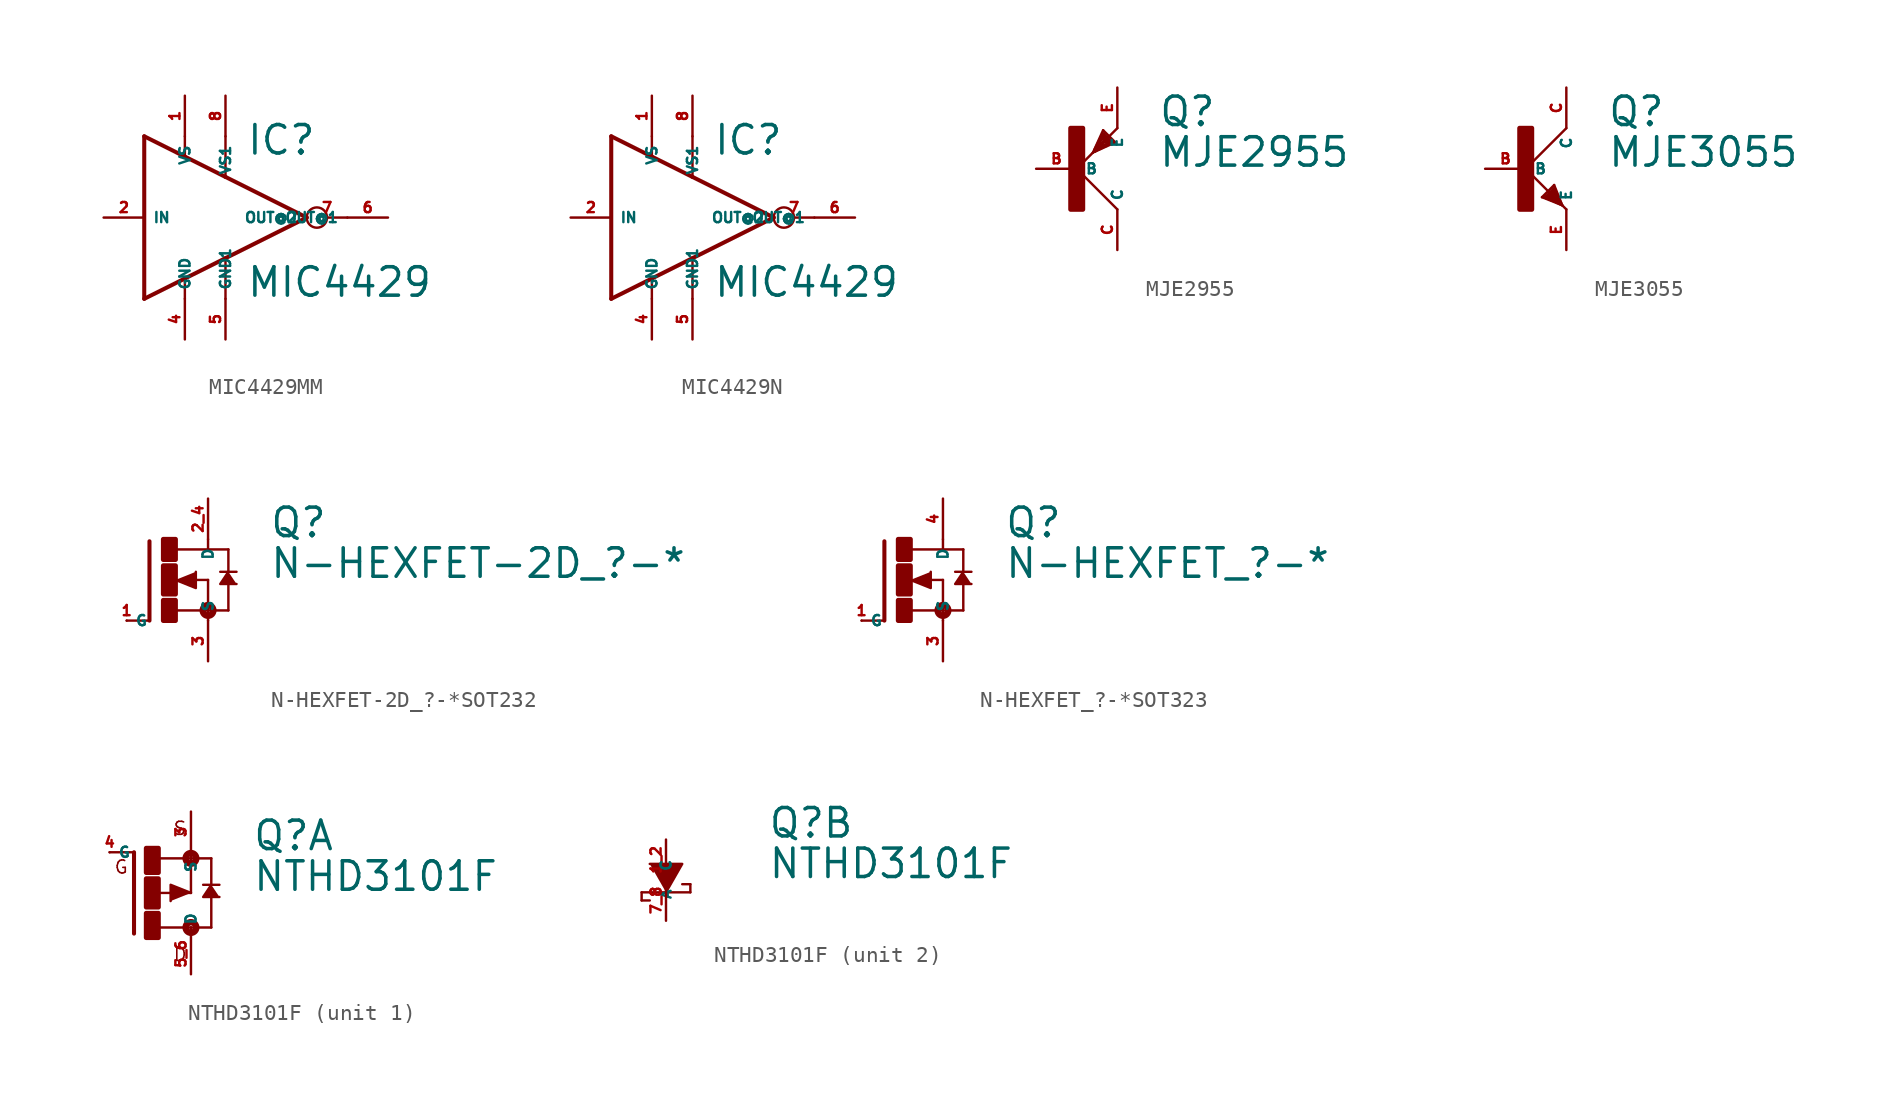
<source format=kicad_sym>
(kicad_symbol_lib
  (version 20220914)
  (generator Eagle2Kicad)
  (symbol "MIC4429MM"
    (property "Reference" "IC"
      (at 1.27 3.81 0)
      (effects (font (size 1.778 1.778) (thickness 0.22)) (justify left bottom)))
    (property "Value" "MIC4429"
      (at 1.27 -5.08 0)
      (effects (font (size 1.778 1.778) (thickness 0.22)) (justify left bottom)))
    (polyline
      (pts (xy -5.08 5.08) (xy -2.54 3.81))
      (stroke (width 0.254) (type default))
      (fill (type none)))
    (polyline
      (pts (xy -2.54 3.81) (xy 0 2.54))
      (stroke (width 0.254) (type default))
      (fill (type none)))
    (polyline
      (pts (xy 0 2.54) (xy 5.08 0))
      (stroke (width 0.254) (type default))
      (fill (type none)))
    (polyline
      (pts (xy 5.08 0) (xy 0 -2.54))
      (stroke (width 0.254) (type default))
      (fill (type none)))
    (polyline
      (pts (xy 0 -2.54) (xy -2.54 -3.81))
      (stroke (width 0.254) (type default))
      (fill (type none)))
    (polyline
      (pts (xy -2.54 -3.81) (xy -5.08 -5.08))
      (stroke (width 0.254) (type default))
      (fill (type none)))
    (polyline
      (pts (xy -5.08 -5.08) (xy -5.08 5.08))
      (stroke (width 0.254) (type default))
      (fill (type none)))
    (polyline
      (pts (xy -2.54 5.08) (xy -2.54 3.81))
      (stroke (width 0.152) (type default))
      (fill (type none)))
    (polyline
      (pts (xy 0 5.08) (xy 0 2.54))
      (stroke (width 0.152) (type default))
      (fill (type none)))
    (polyline
      (pts (xy -2.54 -5.08) (xy -2.54 -3.81))
      (stroke (width 0.152) (type default))
      (fill (type none)))
    (polyline
      (pts (xy 0 -5.08) (xy 0 -2.54))
      (stroke (width 0.152) (type default))
      (fill (type none)))
    (pin input line
      (at -7.62 0 0)
      (length 2.54)
      (name "IN" (effects (font (size 0.635 0.635) (thickness 0.08)) (justify left bottom)))
      (number "2" (effects (font (size 0.635 0.635) (thickness 0.08)) (justify left bottom))))
    (pin unspecified line
      (at -2.54 7.62 270)
      (length 2.54)
      (name "VS" (effects (font (size 0.635 0.635) (thickness 0.08)) (justify left bottom)))
      (number "1" (effects (font (size 0.635 0.635) (thickness 0.08)) (justify left bottom))))
    (pin unspecified line
      (at -2.54 -7.62 90)
      (length 2.54)
      (name "GND" (effects (font (size 0.635 0.635) (thickness 0.08)) (justify left bottom)))
      (number "4" (effects (font (size 0.635 0.635) (thickness 0.08)) (justify left bottom))))
    (pin passive inverted
      (at 7.62 0 180)
      (length 2.54)
      (name "OUT@2" (effects (font (size 0.635 0.635) (thickness 0.08)) (justify left bottom)))
      (number "7" (effects (font (size 0.635 0.635) (thickness 0.08)) (justify left bottom))))
    (pin unspecified line
      (at 0 -7.62 90)
      (length 2.54)
      (name "GND1" (effects (font (size 0.635 0.635) (thickness 0.08)) (justify left bottom)))
      (number "5" (effects (font (size 0.635 0.635) (thickness 0.08)) (justify left bottom))))
    (pin unspecified line
      (at 0 7.62 270)
      (length 2.54)
      (name "VS1" (effects (font (size 0.635 0.635) (thickness 0.08)) (justify left bottom)))
      (number "8" (effects (font (size 0.635 0.635) (thickness 0.08)) (justify left bottom))))
    (pin passive line
      (at 10.16 0 180)
      (length 2.54)
      (name "OUT@1" (effects (font (size 0.635 0.635) (thickness 0.08)) (justify left bottom)))
      (number "6" (effects (font (size 0.635 0.635) (thickness 0.08)) (justify left bottom)))))
  (symbol "MIC4429N"
    (property "Reference" "IC"
      (at 1.27 3.81 0)
      (effects (font (size 1.778 1.778) (thickness 0.22)) (justify left bottom)))
    (property "Value" "MIC4429"
      (at 1.27 -5.08 0)
      (effects (font (size 1.778 1.778) (thickness 0.22)) (justify left bottom)))
    (polyline
      (pts (xy -5.08 5.08) (xy -2.54 3.81))
      (stroke (width 0.254) (type default))
      (fill (type none)))
    (polyline
      (pts (xy -2.54 3.81) (xy 0 2.54))
      (stroke (width 0.254) (type default))
      (fill (type none)))
    (polyline
      (pts (xy 0 2.54) (xy 5.08 0))
      (stroke (width 0.254) (type default))
      (fill (type none)))
    (polyline
      (pts (xy 5.08 0) (xy 0 -2.54))
      (stroke (width 0.254) (type default))
      (fill (type none)))
    (polyline
      (pts (xy 0 -2.54) (xy -2.54 -3.81))
      (stroke (width 0.254) (type default))
      (fill (type none)))
    (polyline
      (pts (xy -2.54 -3.81) (xy -5.08 -5.08))
      (stroke (width 0.254) (type default))
      (fill (type none)))
    (polyline
      (pts (xy -5.08 -5.08) (xy -5.08 5.08))
      (stroke (width 0.254) (type default))
      (fill (type none)))
    (polyline
      (pts (xy -2.54 5.08) (xy -2.54 3.81))
      (stroke (width 0.152) (type default))
      (fill (type none)))
    (polyline
      (pts (xy 0 5.08) (xy 0 2.54))
      (stroke (width 0.152) (type default))
      (fill (type none)))
    (polyline
      (pts (xy -2.54 -5.08) (xy -2.54 -3.81))
      (stroke (width 0.152) (type default))
      (fill (type none)))
    (polyline
      (pts (xy 0 -5.08) (xy 0 -2.54))
      (stroke (width 0.152) (type default))
      (fill (type none)))
    (pin input line
      (at -7.62 0 0)
      (length 2.54)
      (name "IN" (effects (font (size 0.635 0.635) (thickness 0.08)) (justify left bottom)))
      (number "2" (effects (font (size 0.635 0.635) (thickness 0.08)) (justify left bottom))))
    (pin unspecified line
      (at -2.54 7.62 270)
      (length 2.54)
      (name "VS" (effects (font (size 0.635 0.635) (thickness 0.08)) (justify left bottom)))
      (number "1" (effects (font (size 0.635 0.635) (thickness 0.08)) (justify left bottom))))
    (pin unspecified line
      (at -2.54 -7.62 90)
      (length 2.54)
      (name "GND" (effects (font (size 0.635 0.635) (thickness 0.08)) (justify left bottom)))
      (number "4" (effects (font (size 0.635 0.635) (thickness 0.08)) (justify left bottom))))
    (pin passive inverted
      (at 7.62 0 180)
      (length 2.54)
      (name "OUT@2" (effects (font (size 0.635 0.635) (thickness 0.08)) (justify left bottom)))
      (number "7" (effects (font (size 0.635 0.635) (thickness 0.08)) (justify left bottom))))
    (pin unspecified line
      (at 0 -7.62 90)
      (length 2.54)
      (name "GND1" (effects (font (size 0.635 0.635) (thickness 0.08)) (justify left bottom)))
      (number "5" (effects (font (size 0.635 0.635) (thickness 0.08)) (justify left bottom))))
    (pin unspecified line
      (at 0 7.62 270)
      (length 2.54)
      (name "VS1" (effects (font (size 0.635 0.635) (thickness 0.08)) (justify left bottom)))
      (number "8" (effects (font (size 0.635 0.635) (thickness 0.08)) (justify left bottom))))
    (pin passive line
      (at 10.16 0 180)
      (length 2.54)
      (name "OUT@1" (effects (font (size 0.635 0.635) (thickness 0.08)) (justify left bottom)))
      (number "6" (effects (font (size 0.635 0.635) (thickness 0.08)) (justify left bottom)))))
  (symbol "MJE2955"
    (property "Reference" "Q"
      (at 5.08 2.54 0)
      (effects (font (size 1.778 1.778) (thickness 0.22)) (justify left bottom)))
    (property "Value" "MJE2955"
      (at 5.08 0 0)
      (effects (font (size 1.778 1.778) (thickness 0.22)) (justify left bottom)))
    (polyline
      (pts (xy 2.54 -2.54) (xy 0 0))
      (stroke (width 0.152) (type default))
      (fill (type none)))
    (polyline
      (pts (xy 0 0) (xy 1.016 1.016))
      (stroke (width 0.152) (type default))
      (fill (type none)))
    (polyline
      (pts (xy 2.413 1.651) (xy 1.016 1.016))
      (stroke (width 0.152) (type default))
      (fill (type none)))
    (polyline
      (pts (xy 1.016 1.016) (xy 1.143 1.143))
      (stroke (width 0.152) (type default))
      (fill (type none)))
    (polyline
      (pts (xy 1.905 1.905) (xy 2.54 2.54))
      (stroke (width 0.152) (type default))
      (fill (type none)))
    (polyline
      (pts (xy 1.016 1.016) (xy 1.651 2.413))
      (stroke (width 0.152) (type default))
      (fill (type none)))
    (polyline
      (pts (xy 1.651 2.413) (xy 2.413 1.651))
      (stroke (width 0.152) (type default))
      (fill (type none)))
    (polyline
      (pts (xy 1.143 1.143) (xy 2.159 1.651))
      (stroke (width 0.254) (type default))
      (fill (type none)))
    (polyline
      (pts (xy 2.159 1.651) (xy 1.905 1.905))
      (stroke (width 0.254) (type default))
      (fill (type none)))
    (polyline
      (pts (xy 1.905 1.905) (xy 1.651 2.159))
      (stroke (width 0.254) (type default))
      (fill (type none)))
    (polyline
      (pts (xy 1.651 2.159) (xy 1.143 1.143))
      (stroke (width 0.254) (type default))
      (fill (type none)))
    (polyline
      (pts (xy 1.143 1.143) (xy 1.905 1.905))
      (stroke (width 0.254) (type default))
      (fill (type none)))
    (polyline
      (pts (xy 1.651 1.905) (xy 1.905 1.651))
      (stroke (width 0.254) (type default))
      (fill (type none)))
    (rectangle
      (start -0.381 -2.54)
      (end 0.381 2.54)
      (stroke (width 0.3) (type default))
      (fill (type outline)))
    (pin passive line
      (at -2.54 0 0)
      (length 2.54)
      (name "B" (effects (font (size 0.635 0.635) (thickness 0.08)) (justify left bottom)))
      (number "B" (effects (font (size 0.635 0.635) (thickness 0.08)) (justify left bottom))))
    (pin passive line
      (at 2.54 5.08 270)
      (length 2.54)
      (name "E" (effects (font (size 0.635 0.635) (thickness 0.08)) (justify left bottom)))
      (number "E" (effects (font (size 0.635 0.635) (thickness 0.08)) (justify left bottom))))
    (pin passive line
      (at 2.54 -5.08 90)
      (length 2.54)
      (name "C" (effects (font (size 0.635 0.635) (thickness 0.08)) (justify left bottom)))
      (number "C" (effects (font (size 0.635 0.635) (thickness 0.08)) (justify left bottom)))))
  (symbol "MJE3055"
    (property "Reference" "Q"
      (at 5.08 2.54 0)
      (effects (font (size 1.778 1.778) (thickness 0.22)) (justify left bottom)))
    (property "Value" "MJE3055"
      (at 5.08 0 0)
      (effects (font (size 1.778 1.778) (thickness 0.22)) (justify left bottom)))
    (polyline
      (pts (xy 2.54 2.54) (xy 0 0))
      (stroke (width 0.152) (type default))
      (fill (type none)))
    (polyline
      (pts (xy 0 0) (xy 1.651 -1.651))
      (stroke (width 0.152) (type default))
      (fill (type none)))
    (polyline
      (pts (xy 2.159 -2.159) (xy 2.286 -2.286))
      (stroke (width 0.152) (type default))
      (fill (type none)))
    (polyline
      (pts (xy 1.778 -1.016) (xy 2.286 -2.286))
      (stroke (width 0.152) (type default))
      (fill (type none)))
    (polyline
      (pts (xy 2.286 -2.286) (xy 2.54 -2.54))
      (stroke (width 0.152) (type default))
      (fill (type none)))
    (polyline
      (pts (xy 2.286 -2.286) (xy 1.016 -1.778))
      (stroke (width 0.152) (type default))
      (fill (type none)))
    (polyline
      (pts (xy 1.016 -1.778) (xy 1.778 -1.016))
      (stroke (width 0.152) (type default))
      (fill (type none)))
    (polyline
      (pts (xy 2.159 -2.159) (xy 1.778 -1.27))
      (stroke (width 0.254) (type default))
      (fill (type none)))
    (polyline
      (pts (xy 1.778 -1.27) (xy 1.27 -1.778))
      (stroke (width 0.254) (type default))
      (fill (type none)))
    (polyline
      (pts (xy 1.27 -1.778) (xy 2.159 -2.159))
      (stroke (width 0.254) (type default))
      (fill (type none)))
    (polyline
      (pts (xy 2.159 -2.159) (xy 1.651 -1.651))
      (stroke (width 0.254) (type default))
      (fill (type none)))
    (polyline
      (pts (xy 1.524 -1.778) (xy 1.778 -1.524))
      (stroke (width 0.254) (type default))
      (fill (type none)))
    (rectangle
      (start -0.381 -2.54)
      (end 0.381 2.54)
      (stroke (width 0.3) (type default))
      (fill (type outline)))
    (pin passive line
      (at -2.54 0 0)
      (length 2.54)
      (name "B" (effects (font (size 0.635 0.635) (thickness 0.08)) (justify left bottom)))
      (number "B" (effects (font (size 0.635 0.635) (thickness 0.08)) (justify left bottom))))
    (pin passive line
      (at 2.54 -5.08 90)
      (length 2.54)
      (name "E" (effects (font (size 0.635 0.635) (thickness 0.08)) (justify left bottom)))
      (number "E" (effects (font (size 0.635 0.635) (thickness 0.08)) (justify left bottom))))
    (pin passive line
      (at 2.54 5.08 270)
      (length 2.54)
      (name "C" (effects (font (size 0.635 0.635) (thickness 0.08)) (justify left bottom)))
      (number "C" (effects (font (size 0.635 0.635) (thickness 0.08)) (justify left bottom)))))
  (symbol "N-HEXFET-2D_?-*SOT232"
    (property "Reference" "Q"
      (at 6.35 2.54 0)
      (effects (font (size 1.778 1.778) (thickness 0.22)) (justify left bottom)))
    (property "Value" "N-HEXFET-2D_?-*"
      (at 6.35 0 0)
      (effects (font (size 1.778 1.778) (thickness 0.22)) (justify left bottom)))
    (polyline
      (pts (xy 0.508 0) (xy 1.778 -0.508) (xy 1.778 0.508))
      (stroke (width 0.152) (type default))
      (fill (type outline)))
    (polyline
      (pts (xy 3.81 0.508) (xy 3.302 -0.254) (xy 4.318 -0.254))
      (stroke (width 0.152) (type default))
      (fill (type outline)))
    (polyline
      (pts (xy -1.118 2.413) (xy -1.118 -2.54))
      (stroke (width 0.254) (type default))
      (fill (type none)))
    (polyline
      (pts (xy -1.118 -2.54) (xy -2.54 -2.54))
      (stroke (width 0.152) (type default))
      (fill (type none)))
    (polyline
      (pts (xy 2.54 2.54) (xy 2.54 1.905))
      (stroke (width 0.152) (type default))
      (fill (type none)))
    (polyline
      (pts (xy 2.54 0) (xy 2.54 -1.905))
      (stroke (width 0.152) (type default))
      (fill (type none)))
    (polyline
      (pts (xy 0.508 -1.905) (xy 2.54 -1.905))
      (stroke (width 0.152) (type default))
      (fill (type none)))
    (polyline
      (pts (xy 2.54 -1.905) (xy 2.54 -2.54))
      (stroke (width 0.152) (type default))
      (fill (type none)))
    (polyline
      (pts (xy 1.651 0) (xy 2.54 0))
      (stroke (width 0.152) (type default))
      (fill (type none)))
    (polyline
      (pts (xy 3.302 0.508) (xy 3.81 0.508))
      (stroke (width 0.152) (type default))
      (fill (type none)))
    (polyline
      (pts (xy 3.81 0.508) (xy 4.318 0.508))
      (stroke (width 0.152) (type default))
      (fill (type none)))
    (polyline
      (pts (xy 3.81 1.905) (xy 2.54 1.905))
      (stroke (width 0.152) (type default))
      (fill (type none)))
    (polyline
      (pts (xy 2.54 1.905) (xy 0.533 1.905))
      (stroke (width 0.152) (type default))
      (fill (type none)))
    (polyline
      (pts (xy 3.81 0.508) (xy 3.81 1.905))
      (stroke (width 0.152) (type default))
      (fill (type none)))
    (polyline
      (pts (xy 3.81 -1.905) (xy 3.81 -0.127))
      (stroke (width 0.152) (type default))
      (fill (type none)))
    (polyline
      (pts (xy 3.81 -1.905) (xy 2.54 -1.905))
      (stroke (width 0.152) (type default))
      (fill (type none)))
    (circle
      (center 2.54 -1.905)
      (radius 0.127)
      (stroke (width 0.406) (type default))
      (fill (type none)))
    (rectangle
      (start -0.254 -2.54)
      (end 0.508 -1.27)
      (stroke (width 0.3) (type default))
      (fill (type outline)))
    (rectangle
      (start -0.254 1.27)
      (end 0.508 2.54)
      (stroke (width 0.3) (type default))
      (fill (type outline)))
    (rectangle
      (start -0.254 -0.889)
      (end 0.508 0.889)
      (stroke (width 0.3) (type default))
      (fill (type outline)))
    (pin passive line
      (at -2.54 -2.54 0)
      (length 0)
      (name "G" (effects (font (size 0.635 0.635) (thickness 0.08)) (justify left bottom)))
      (number "1" (effects (font (size 0.635 0.635) (thickness 0.08)) (justify left bottom))))
    (pin passive line
      (at 2.54 5.08 270)
      (length 2.54)
      (name "D" (effects (font (size 0.635 0.635) (thickness 0.08)) (justify left bottom)))
      (number "2 4" (effects (font (size 0.635 0.635) (thickness 0.08)) (justify left bottom))))
    (pin passive line
      (at 2.54 -5.08 90)
      (length 2.54)
      (name "S" (effects (font (size 0.635 0.635) (thickness 0.08)) (justify left bottom)))
      (number "3" (effects (font (size 0.635 0.635) (thickness 0.08)) (justify left bottom)))))
  (symbol "N-HEXFET_?-*SOT323"
    (property "Reference" "Q"
      (at 6.35 2.54 0)
      (effects (font (size 1.778 1.778) (thickness 0.22)) (justify left bottom)))
    (property "Value" "N-HEXFET_?-*"
      (at 6.35 0 0)
      (effects (font (size 1.778 1.778) (thickness 0.22)) (justify left bottom)))
    (polyline
      (pts (xy 0.508 0) (xy 1.778 -0.508) (xy 1.778 0.508))
      (stroke (width 0.152) (type default))
      (fill (type outline)))
    (polyline
      (pts (xy 3.81 0.508) (xy 3.302 -0.254) (xy 4.318 -0.254))
      (stroke (width 0.152) (type default))
      (fill (type outline)))
    (polyline
      (pts (xy -1.118 2.413) (xy -1.118 -2.54))
      (stroke (width 0.254) (type default))
      (fill (type none)))
    (polyline
      (pts (xy -1.118 -2.54) (xy -2.54 -2.54))
      (stroke (width 0.152) (type default))
      (fill (type none)))
    (polyline
      (pts (xy 2.54 2.54) (xy 2.54 1.905))
      (stroke (width 0.152) (type default))
      (fill (type none)))
    (polyline
      (pts (xy 2.54 0) (xy 2.54 -1.905))
      (stroke (width 0.152) (type default))
      (fill (type none)))
    (polyline
      (pts (xy 0.508 -1.905) (xy 2.54 -1.905))
      (stroke (width 0.152) (type default))
      (fill (type none)))
    (polyline
      (pts (xy 2.54 -1.905) (xy 2.54 -2.54))
      (stroke (width 0.152) (type default))
      (fill (type none)))
    (polyline
      (pts (xy 1.651 0) (xy 2.54 0))
      (stroke (width 0.152) (type default))
      (fill (type none)))
    (polyline
      (pts (xy 3.302 0.508) (xy 3.81 0.508))
      (stroke (width 0.152) (type default))
      (fill (type none)))
    (polyline
      (pts (xy 3.81 0.508) (xy 4.318 0.508))
      (stroke (width 0.152) (type default))
      (fill (type none)))
    (polyline
      (pts (xy 3.81 1.905) (xy 2.54 1.905))
      (stroke (width 0.152) (type default))
      (fill (type none)))
    (polyline
      (pts (xy 2.54 1.905) (xy 0.533 1.905))
      (stroke (width 0.152) (type default))
      (fill (type none)))
    (polyline
      (pts (xy 3.81 0.508) (xy 3.81 1.905))
      (stroke (width 0.152) (type default))
      (fill (type none)))
    (polyline
      (pts (xy 3.81 -1.905) (xy 3.81 -0.127))
      (stroke (width 0.152) (type default))
      (fill (type none)))
    (polyline
      (pts (xy 3.81 -1.905) (xy 2.54 -1.905))
      (stroke (width 0.152) (type default))
      (fill (type none)))
    (circle
      (center 2.54 -1.905)
      (radius 0.127)
      (stroke (width 0.406) (type default))
      (fill (type none)))
    (rectangle
      (start -0.254 -2.54)
      (end 0.508 -1.27)
      (stroke (width 0.3) (type default))
      (fill (type outline)))
    (rectangle
      (start -0.254 1.27)
      (end 0.508 2.54)
      (stroke (width 0.3) (type default))
      (fill (type outline)))
    (rectangle
      (start -0.254 -0.889)
      (end 0.508 0.889)
      (stroke (width 0.3) (type default))
      (fill (type outline)))
    (pin passive line
      (at -2.54 -2.54 0)
      (length 0)
      (name "G" (effects (font (size 0.635 0.635) (thickness 0.08)) (justify left bottom)))
      (number "1" (effects (font (size 0.635 0.635) (thickness 0.08)) (justify left bottom))))
    (pin passive line
      (at 2.54 5.08 270)
      (length 2.54)
      (name "D" (effects (font (size 0.635 0.635) (thickness 0.08)) (justify left bottom)))
      (number "4" (effects (font (size 0.635 0.635) (thickness 0.08)) (justify left bottom))))
    (pin passive line
      (at 2.54 -5.08 90)
      (length 2.54)
      (name "S" (effects (font (size 0.635 0.635) (thickness 0.08)) (justify left bottom)))
      (number "3" (effects (font (size 0.635 0.635) (thickness 0.08)) (justify left bottom)))))
  (symbol "NTHD3101F"
    (property "Reference" "Q"
      (at 6.35 2.54 0)
      (effects (font (size 1.778 1.778) (thickness 0.22)) (justify left bottom)))
    (property "Value" "NTHD3101F"
      (at 6.35 0 0)
      (effects (font (size 1.778 1.778) (thickness 0.22)) (justify left bottom)))
    (symbol "NTHD3101F_1_0"
      (polyline (pts (xy 2.54 0) (xy 1.27 0.508) (xy 1.27 -0.508)) (stroke (width 0.152) (type default)) (fill (type outline)))
      (polyline (pts (xy 3.81 0.508) (xy 3.302 -0.254) (xy 4.318 -0.254)) (stroke (width 0.152) (type default)) (fill (type outline)))
      (polyline (pts (xy -1.016 -2.54) (xy -1.016 2.54)) (stroke (width 0.254) (type default)) (fill (type none)))
      (polyline (pts (xy -1.016 2.54) (xy -2.54 2.54)) (stroke (width 0.152) (type default)) (fill (type none)))
      (polyline (pts (xy 2.54 2.54) (xy 2.54 2.159)) (stroke (width 0.152) (type default)) (fill (type none)))
      (polyline (pts (xy 0.508 -2.159) (xy 2.54 -2.159)) (stroke (width 0.152) (type default)) (fill (type none)))
      (polyline (pts (xy 2.54 -2.159) (xy 2.54 -2.54)) (stroke (width 0.152) (type default)) (fill (type none)))
      (polyline (pts (xy 0.381 0) (xy 2.54 0)) (stroke (width 0.152) (type default)) (fill (type none)))
      (polyline (pts (xy 3.302 0.508) (xy 3.81 0.508)) (stroke (width 0.152) (type default)) (fill (type none)))
      (polyline (pts (xy 3.81 0.508) (xy 4.318 0.508)) (stroke (width 0.152) (type default)) (fill (type none)))
      (polyline (pts (xy 3.81 2.159) (xy 2.54 2.159)) (stroke (width 0.152) (type default)) (fill (type none)))
      (polyline (pts (xy 2.54 2.159) (xy 0.533 2.159)) (stroke (width 0.152) (type default)) (fill (type none)))
      (polyline (pts (xy 3.81 0.508) (xy 3.81 2.159)) (stroke (width 0.152) (type default)) (fill (type none)))
      (polyline (pts (xy 3.81 -2.159) (xy 3.81 -0.127)) (stroke (width 0.152) (type default)) (fill (type none)))
      (polyline (pts (xy 3.81 -2.159) (xy 2.54 -2.159)) (stroke (width 0.152) (type default)) (fill (type none)))
      (polyline (pts (xy 2.54 0) (xy 2.54 2.159)) (stroke (width 0.152) (type default)) (fill (type none)))
      (text "D" (at 1.397 -4.318 0) (effects (font (size 0.813 0.813) (thickness 0.10)) (justify left bottom)))
      (text "S" (at 1.397 3.556 0) (effects (font (size 0.813 0.813) (thickness 0.10)) (justify left bottom)))
      (text "G" (at -2.286 1.143 0) (effects (font (size 0.813 0.813) (thickness 0.10)) (justify left bottom)))
      (circle (center 2.54 2.159) (radius 0.127) (stroke (width 0.406) (type default)) (fill (type none)))
      (circle (center 2.54 -2.159) (radius 0.127) (stroke (width 0.406) (type default)) (fill (type none)))
      (rectangle (start -0.254 -2.794) (end 0.508 -1.27) (stroke (width 0.3) (type default)) (fill (type outline)))
      (rectangle (start -0.254 1.27) (end 0.508 2.794) (stroke (width 0.3) (type default)) (fill (type outline)))
      (rectangle (start -0.254 -0.889) (end 0.508 0.889) (stroke (width 0.3) (type default)) (fill (type outline)))
      (pin passive line (at -2.54 2.54 0) (length 0) (name "G" (effects (font (size 0.635 0.635) (thickness 0.08)) (justify left bottom))) (number "4" (effects (font (size 0.635 0.635) (thickness 0.08)) (justify left bottom))))
      (pin passive line (at 2.54 5.08 270) (length 2.54) (name "S" (effects (font (size 0.635 0.635) (thickness 0.08)) (justify left bottom))) (number "3" (effects (font (size 0.635 0.635) (thickness 0.08)) (justify left bottom))))
      (pin passive line (at 2.54 -5.08 90) (length 2.54) (name "D" (effects (font (size 0.635 0.635) (thickness 0.08)) (justify left bottom))) (number "5 6" (effects (font (size 0.635 0.635) (thickness 0.08)) (justify left bottom)))))
    (symbol "NTHD3101F_2_0"
      (polyline (pts (xy 0 -0.762) (xy 1.016 1.016) (xy -1.016 1.016)) (stroke (width 0.152) (type default)) (fill (type outline)))
      (polyline (pts (xy 1.016 -0.254) (xy 1.524 -0.254)) (stroke (width 0.152) (type default)) (fill (type none)))
      (polyline (pts (xy 1.524 -0.254) (xy 1.524 -0.762)) (stroke (width 0.152) (type default)) (fill (type none)))
      (polyline (pts (xy 1.524 -0.762) (xy -1.524 -0.762)) (stroke (width 0.152) (type default)) (fill (type none)))
      (polyline (pts (xy -1.524 -0.762) (xy -1.524 -1.27)) (stroke (width 0.152) (type default)) (fill (type none)))
      (polyline (pts (xy -1.524 -1.27) (xy -1.016 -1.27)) (stroke (width 0.152) (type default)) (fill (type none)))
      (pin passive line (at 0 2.54 270) (length 2.54) (name "A" (effects (font (size 0.635 0.635) (thickness 0.08)) (justify left bottom))) (number "1 2" (effects (font (size 0.635 0.635) (thickness 0.08)) (justify left bottom))))
      (pin passive line (at 0 -2.54 90) (length 2.54) (name "C" (effects (font (size 0.635 0.635) (thickness 0.08)) (justify left bottom))) (number "7 8" (effects (font (size 0.635 0.635) (thickness 0.08)) (justify left bottom)))))))
</source>
